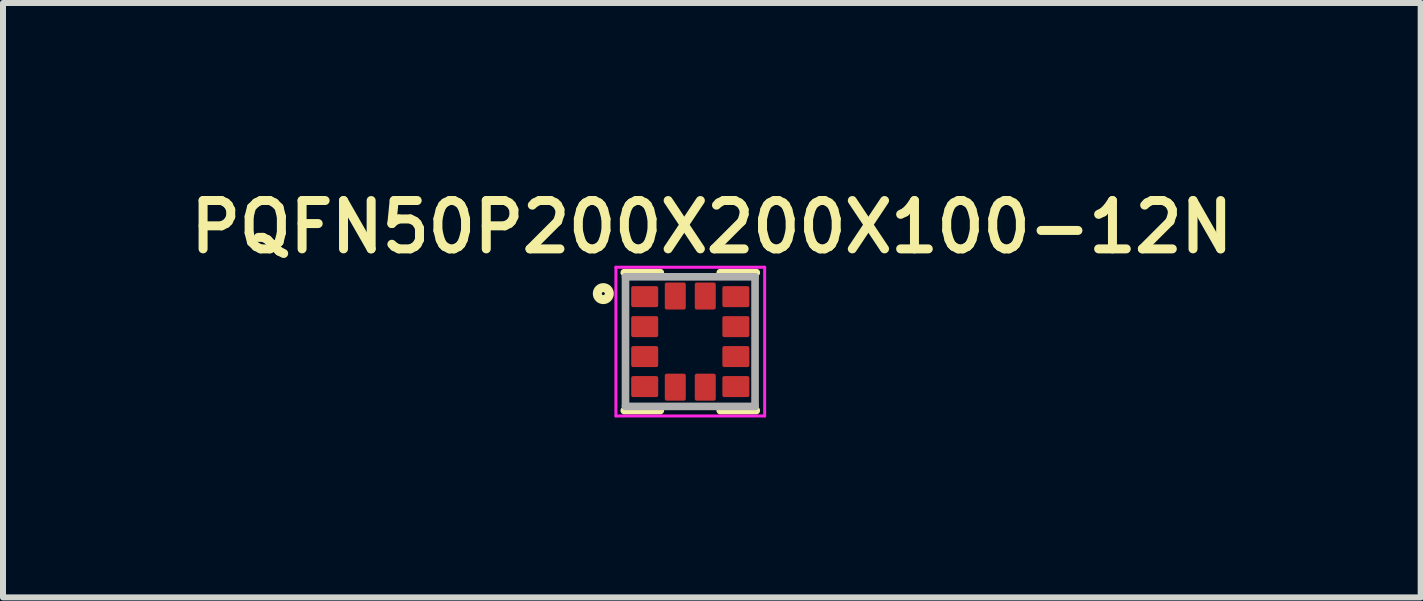
<source format=kicad_pcb>
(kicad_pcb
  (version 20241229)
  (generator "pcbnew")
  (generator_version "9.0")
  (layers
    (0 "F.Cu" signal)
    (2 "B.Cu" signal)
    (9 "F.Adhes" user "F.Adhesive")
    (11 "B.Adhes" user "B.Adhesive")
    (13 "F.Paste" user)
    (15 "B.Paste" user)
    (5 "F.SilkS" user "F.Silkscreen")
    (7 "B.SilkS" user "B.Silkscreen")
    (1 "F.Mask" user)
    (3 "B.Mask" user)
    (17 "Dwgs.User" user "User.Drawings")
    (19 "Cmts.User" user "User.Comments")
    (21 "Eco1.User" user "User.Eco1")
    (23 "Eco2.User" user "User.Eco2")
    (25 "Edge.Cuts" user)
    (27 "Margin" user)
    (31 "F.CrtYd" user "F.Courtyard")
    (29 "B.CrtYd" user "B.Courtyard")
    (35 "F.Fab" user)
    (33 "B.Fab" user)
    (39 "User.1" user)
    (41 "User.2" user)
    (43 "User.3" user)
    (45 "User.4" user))
  (footprint "PQFN50P200X200X100-12N"
    (layer "F.Cu")
    (at 8.458 2.645)
    (property "Reference" "PQFN50P200X200X100-12N" (at 0.36 -1.911 0) (layer "F.SilkS") (effects (font (size 0.806 0.806) (thickness 0.15))))
    (attr through_hole)
    (fp_line (start -1.1 -1.15) (end -0.5 -1.15) (stroke (width 0.127) (type solid)) (layer "F.SilkS"))
    (fp_line (start -1.1 1.15) (end -0.5 1.15) (stroke (width 0.127) (type solid)) (layer "F.SilkS"))
    (fp_line (start 1.1 -1.15) (end 0.5 -1.15) (stroke (width 0.127) (type solid)) (layer "F.SilkS"))
    (fp_line (start 1.1 1.15) (end 0.5 1.15) (stroke (width 0.127) (type solid)) (layer "F.SilkS"))
    (fp_circle (center -1.45 -0.8) (end -1.35 -0.8) (stroke (width 0.15) (type solid)) (fill no) (layer "F.SilkS"))
    (fp_line (start -1.24 -1.24) (end 1.24 -1.24) (stroke (width 0.05) (type solid)) (layer "F.CrtYd"))
    (fp_line (start -1.24 1.24) (end -1.24 -1.24) (stroke (width 0.05) (type solid)) (layer "F.CrtYd"))
    (fp_line (start 1.24 -1.24) (end 1.24 1.24) (stroke (width 0.05) (type solid)) (layer "F.CrtYd"))
    (fp_line (start 1.24 1.24) (end -1.24 1.24) (stroke (width 0.05) (type solid)) (layer "F.CrtYd"))
    (fp_line (start -1.08 -1.08) (end 1.08 -1.08) (stroke (width 0.127) (type solid)) (layer "F.Fab"))
    (fp_line (start -1.08 1.08) (end -1.08 -1.08) (stroke (width 0.127) (type solid)) (layer "F.Fab"))
    (fp_line (start 1.08 -1.08) (end 1.08 1.08) (stroke (width 0.127) (type solid)) (layer "F.Fab"))
    (fp_line (start 1.08 1.08) (end -1.08 1.08) (stroke (width 0.127) (type solid)) (layer "F.Fab"))
    (pad "1" smd roundrect (at -0.76 -0.75) (size 0.45 0.35) (layers "F.Cu" "F.Mask" "F.Paste") (roundrect_rratio 0.09))
    (pad "2" smd roundrect (at -0.76 -0.25) (size 0.45 0.35) (layers "F.Cu" "F.Mask" "F.Paste") (roundrect_rratio 0.09))
    (pad "3" smd roundrect (at -0.76 0.25) (size 0.45 0.35) (layers "F.Cu" "F.Mask" "F.Paste") (roundrect_rratio 0.09))
    (pad "4" smd roundrect (at -0.76 0.75) (size 0.45 0.35) (layers "F.Cu" "F.Mask" "F.Paste") (roundrect_rratio 0.09))
    (pad "5" smd roundrect (at -0.25 0.76 90) (size 0.45 0.35) (layers "F.Cu" "F.Mask" "F.Paste") (roundrect_rratio 0.09))
    (pad "6" smd roundrect (at 0.25 0.76 90) (size 0.45 0.35) (layers "F.Cu" "F.Mask" "F.Paste") (roundrect_rratio 0.09))
    (pad "7" smd roundrect (at 0.76 0.75) (size 0.45 0.35) (layers "F.Cu" "F.Mask" "F.Paste") (roundrect_rratio 0.09))
    (pad "8" smd roundrect (at 0.76 0.25) (size 0.45 0.35) (layers "F.Cu" "F.Mask" "F.Paste") (roundrect_rratio 0.09))
    (pad "9" smd roundrect (at 0.76 -0.25) (size 0.45 0.35) (layers "F.Cu" "F.Mask" "F.Paste") (roundrect_rratio 0.09))
    (pad "10" smd roundrect (at 0.76 -0.75) (size 0.45 0.35) (layers "F.Cu" "F.Mask" "F.Paste") (roundrect_rratio 0.09))
    (pad "11" smd roundrect (at 0.25 -0.76 90) (size 0.45 0.35) (layers "F.Cu" "F.Mask" "F.Paste") (roundrect_rratio 0.09))
    (pad "12" smd roundrect (at -0.25 -0.76 90) (size 0.45 0.35) (layers "F.Cu" "F.Mask" "F.Paste") (roundrect_rratio 0.09)))
  (gr_rect
    (start -3 -3)
    (end 20.635 6.91)
    (stroke (width 0.1) (type default))
    (fill no)
    (layer "Edge.Cuts")))
</source>
